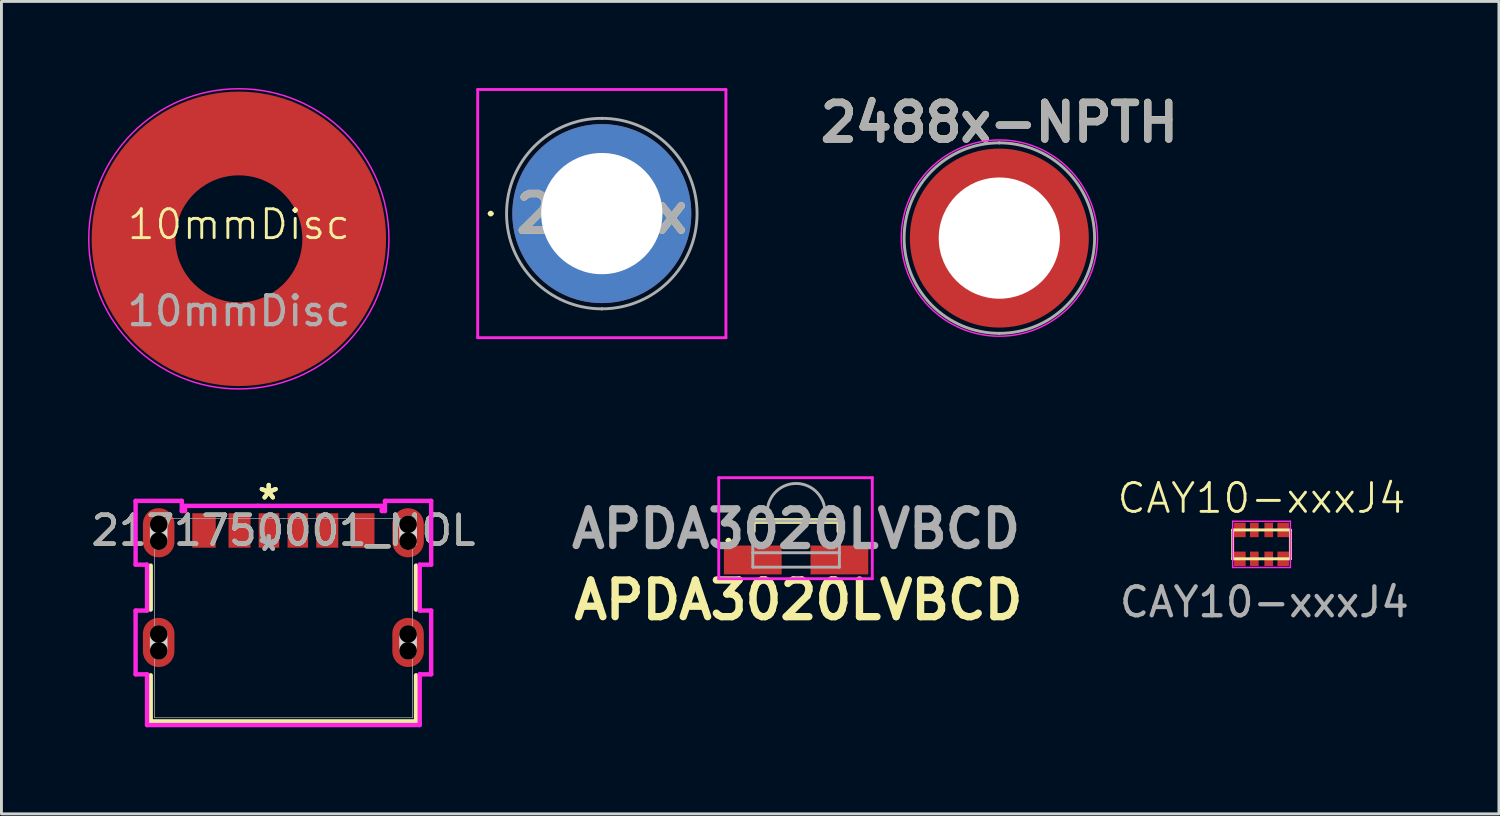
<source format=kicad_pcb>
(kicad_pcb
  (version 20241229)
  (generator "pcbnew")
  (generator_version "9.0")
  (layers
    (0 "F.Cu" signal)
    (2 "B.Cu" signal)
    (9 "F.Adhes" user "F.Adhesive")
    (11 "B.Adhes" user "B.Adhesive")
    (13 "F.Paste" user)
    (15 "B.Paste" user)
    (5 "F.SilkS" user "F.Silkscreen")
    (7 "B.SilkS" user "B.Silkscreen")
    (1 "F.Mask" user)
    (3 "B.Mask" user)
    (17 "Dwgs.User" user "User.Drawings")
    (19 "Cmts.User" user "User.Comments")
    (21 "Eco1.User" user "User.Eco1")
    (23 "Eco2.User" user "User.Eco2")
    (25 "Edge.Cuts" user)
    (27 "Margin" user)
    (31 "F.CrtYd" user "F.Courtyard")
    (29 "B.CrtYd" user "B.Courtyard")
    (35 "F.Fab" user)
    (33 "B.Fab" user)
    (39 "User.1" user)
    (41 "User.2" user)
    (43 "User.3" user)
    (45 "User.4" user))
  (footprint "APDA3020LVBCD"
    (layer "F.Cu")
    (at 24.531 15.15)
    (property "Reference" "APDA3020LVBCD" (at 0.08 2.59 0) (layer "F.SilkS") (effects (font (size 1.27 1.27) (thickness 0.254))))
    (attr smd)
    (fp_line (start -2.39 0.53) (end -2.39 0.53) (stroke (width 0.1) (type solid)) (layer "F.SilkS"))
    (fp_line (start -2.29 0.53) (end -2.29 0.53) (stroke (width 0.1) (type solid)) (layer "F.SilkS"))
    (fp_line (start -1.5 -0.15) (end 1.5 -0.15) (stroke (width 0.2) (type solid)) (layer "F.SilkS"))
    (fp_line (start -1.5 0.2) (end -1.5 -0.15) (stroke (width 0.2) (type solid)) (layer "F.SilkS"))
    (fp_line (start 1.5 -0.15) (end 1.5 0.2) (stroke (width 0.2) (type solid)) (layer "F.SilkS"))
    (fp_arc (start -2.39 0.53) (mid -2.34 0.48) (end -2.29 0.53) (stroke (width 0.1) (type solid)) (layer "F.SilkS"))
    (fp_arc (start -2.29 0.53) (mid -2.34 0.58) (end -2.39 0.53) (stroke (width 0.1) (type solid)) (layer "F.SilkS"))
    (fp_line (start -2.68 -1.65) (end 2.64 -1.65) (stroke (width 0.1) (type solid)) (layer "F.CrtYd"))
    (fp_line (start -2.68 1.85) (end -2.68 -1.65) (stroke (width 0.1) (type solid)) (layer "F.CrtYd"))
    (fp_line (start 2.64 -1.65) (end 2.64 1.85) (stroke (width 0.1) (type solid)) (layer "F.CrtYd"))
    (fp_line (start 2.64 1.85) (end -2.68 1.85) (stroke (width 0.1) (type solid)) (layer "F.CrtYd"))
    (fp_line (start -1.5 -0.15) (end 1.5 -0.15) (stroke (width 0.1) (type solid)) (layer "F.Fab"))
    (fp_line (start -1.5 0.95) (end -1.5 -0.15) (stroke (width 0.1) (type solid)) (layer "F.Fab"))
    (fp_line (start -1.5 0.95) (end 1.5 0.95) (stroke (width 0.1) (type solid)) (layer "F.Fab"))
    (fp_line (start -1.5 1.45) (end -1.5 0.95) (stroke (width 0.1) (type solid)) (layer "F.Fab"))
    (fp_line (start -1 -0.45) (end -1 -0.45) (stroke (width 0.1) (type solid)) (layer "F.Fab"))
    (fp_line (start -1 -0.15) (end -1 -0.45) (stroke (width 0.1) (type solid)) (layer "F.Fab"))
    (fp_line (start 1 -0.45) (end 1 -0.15) (stroke (width 0.1) (type solid)) (layer "F.Fab"))
    (fp_line (start 1.5 -0.15) (end 1.5 0.95) (stroke (width 0.1) (type solid)) (layer "F.Fab"))
    (fp_line (start 1.5 0.95) (end 1.5 1.45) (stroke (width 0.1) (type solid)) (layer "F.Fab"))
    (fp_line (start 1.5 1.45) (end -1.5 1.45) (stroke (width 0.1) (type solid)) (layer "F.Fab"))
    (fp_arc (start -1 -0.45) (mid 0 -1.45) (end 1 -0.45) (stroke (width 0.1) (type solid)) (layer "F.Fab"))
    (fp_text user "${REFERENCE}" (at 0 0.125 0) (layer "F.Fab") (effects (font (size 1.27 1.27) (thickness 0.254))))
    (pad "1" smd rect (at -1.5 1.2 90) (size 1 2) (layers "F.Cu" "F.Mask" "F.Paste"))
    (pad "2" smd rect (at 1.5 1.2 90) (size 1 2) (layers "F.Cu" "F.Mask" "F.Paste")))
  (footprint "10mmDisc"
    (layer "F.Cu")
    (at 5.225 5.225)
    (property "Reference" "10mmDisc" (at 0 -0.5 0) (unlocked yes) (layer "F.SilkS") (effects (font (size 1 1) (thickness 0.1))))
    (attr smd)
    (fp_circle (center 0 0) (end 3.65 0) (stroke (width 2.9) (type default)) (fill no) (layer "F.Cu"))
    (fp_circle (center 0 0) (end 3.65 0) (stroke (width 2.7) (type default)) (fill no) (layer "F.Paste"))
    (fp_circle (center 0 0) (end 5.2 0) (stroke (width 0.05) (type default)) (fill no) (layer "F.CrtYd"))
    (fp_text user "${REFERENCE}" (at 0 2.5 0) (unlocked yes) (layer "F.Fab") (effects (font (size 1 1) (thickness 0.15))))
    (pad "1" smd circle (at 0 4.75) (size 0.5 0.5) (layers "F.Cu" "F.Mask" "F.Paste")))
  (footprint "2171750001_MOL"
    (layer "F.Cu")
    (at 6.768 18.362)
    (property "Reference" "2171750001_MOL" (at 0 -3.034 0) (unlocked yes) (layer "F.SilkS") (effects (font (size 1 1) (thickness 0.15))))
    (attr smd)
    (fp_line (start -4.597 -1.816) (end -4.597 -0.293) (stroke (width 0.152) (type solid)) (layer "F.SilkS"))
    (fp_line (start -4.597 1.984) (end -4.597 3.581) (stroke (width 0.152) (type solid)) (layer "F.SilkS"))
    (fp_line (start -4.597 3.581) (end 4.597 3.581) (stroke (width 0.152) (type solid)) (layer "F.SilkS"))
    (fp_line (start 4.597 -0.293) (end 4.597 -1.816) (stroke (width 0.152) (type solid)) (layer "F.SilkS"))
    (fp_line (start 4.597 3.581) (end 4.597 1.984) (stroke (width 0.152) (type solid)) (layer "F.SilkS"))
    (fp_line (start -4.32 -2.662) (end -4.32 -3.247) (stroke (width 0.61) (type solid)) (layer "Edge.Cuts"))
    (fp_line (start -4.32 1.138) (end -4.32 0.553) (stroke (width 0.61) (type solid)) (layer "Edge.Cuts"))
    (fp_line (start 4.32 -2.662) (end 4.32 -3.247) (stroke (width 0.61) (type solid)) (layer "Edge.Cuts"))
    (fp_line (start 4.32 1.138) (end 4.32 0.553) (stroke (width 0.61) (type solid)) (layer "Edge.Cuts"))
    (fp_line (start -5.12 -4.059) (end -5.12 -1.849) (stroke (width 0.152) (type solid)) (layer "F.CrtYd"))
    (fp_line (start -5.12 -1.849) (end -4.724 -1.849) (stroke (width 0.152) (type solid)) (layer "F.CrtYd"))
    (fp_line (start -5.12 -0.259) (end -5.12 1.95) (stroke (width 0.152) (type solid)) (layer "F.CrtYd"))
    (fp_line (start -5.12 1.95) (end -4.724 1.95) (stroke (width 0.152) (type solid)) (layer "F.CrtYd"))
    (fp_line (start -4.724 -1.849) (end -4.724 -0.259) (stroke (width 0.152) (type solid)) (layer "F.CrtYd"))
    (fp_line (start -4.724 -0.259) (end -5.12 -0.259) (stroke (width 0.152) (type solid)) (layer "F.CrtYd"))
    (fp_line (start -4.724 1.95) (end -4.724 3.708) (stroke (width 0.152) (type solid)) (layer "F.CrtYd"))
    (fp_line (start -4.724 3.708) (end 4.724 3.708) (stroke (width 0.152) (type solid)) (layer "F.CrtYd"))
    (fp_line (start -3.52 -4.059) (end -5.12 -4.059) (stroke (width 0.152) (type solid)) (layer "F.CrtYd"))
    (fp_line (start -3.52 -3.708) (end -3.52 -4.059) (stroke (width 0.152) (type solid)) (layer "F.CrtYd"))
    (fp_line (start -3.41 -3.885) (end -3.41 -3.708) (stroke (width 0.152) (type solid)) (layer "F.CrtYd"))
    (fp_line (start -3.41 -3.708) (end -3.52 -3.708) (stroke (width 0.152) (type solid)) (layer "F.CrtYd"))
    (fp_line (start -0.885 -3.885) (end -0.885 -3.885) (stroke (width 0.152) (type solid)) (layer "F.CrtYd"))
    (fp_line (start -0.885 -3.885) (end -3.41 -3.885) (stroke (width 0.152) (type solid)) (layer "F.CrtYd"))
    (fp_line (start 3.41 -3.885) (end -0.885 -3.885) (stroke (width 0.152) (type solid)) (layer "F.CrtYd"))
    (fp_line (start 3.41 -3.708) (end 3.41 -3.885) (stroke (width 0.152) (type solid)) (layer "F.CrtYd"))
    (fp_line (start 3.52 -4.059) (end 3.52 -3.708) (stroke (width 0.152) (type solid)) (layer "F.CrtYd"))
    (fp_line (start 3.52 -3.708) (end 3.41 -3.708) (stroke (width 0.152) (type solid)) (layer "F.CrtYd"))
    (fp_line (start 4.724 -1.849) (end 5.12 -1.849) (stroke (width 0.152) (type solid)) (layer "F.CrtYd"))
    (fp_line (start 4.724 -0.259) (end 4.724 -1.849) (stroke (width 0.152) (type solid)) (layer "F.CrtYd"))
    (fp_line (start 4.724 1.95) (end 5.12 1.95) (stroke (width 0.152) (type solid)) (layer "F.CrtYd"))
    (fp_line (start 4.724 3.708) (end 4.724 1.95) (stroke (width 0.152) (type solid)) (layer "F.CrtYd"))
    (fp_line (start 5.12 -4.059) (end 3.52 -4.059) (stroke (width 0.152) (type solid)) (layer "F.CrtYd"))
    (fp_line (start 5.12 -1.849) (end 5.12 -4.059) (stroke (width 0.152) (type solid)) (layer "F.CrtYd"))
    (fp_line (start 5.12 -0.259) (end 4.724 -0.259) (stroke (width 0.152) (type solid)) (layer "F.CrtYd"))
    (fp_line (start 5.12 1.95) (end 5.12 -0.259) (stroke (width 0.152) (type solid)) (layer "F.CrtYd"))
    (fp_line (start -4.47 -3.454) (end -4.47 3.454) (stroke (width 0.025) (type solid)) (layer "F.Fab"))
    (fp_line (start -4.47 3.454) (end 4.47 3.454) (stroke (width 0.025) (type solid)) (layer "F.Fab"))
    (fp_line (start 0 -3.454) (end 0 -3.454) (stroke (width 0.025) (type solid)) (layer "F.Fab"))
    (fp_line (start 0 -3.454) (end 0 -3.454) (stroke (width 0.025) (type solid)) (layer "F.Fab"))
    (fp_line (start 0 -3.454) (end 0 -3.454) (stroke (width 0.025) (type solid)) (layer "F.Fab"))
    (fp_line (start 0 -3.454) (end 0 -3.454) (stroke (width 0.025) (type solid)) (layer "F.Fab"))
    (fp_line (start 4.47 -3.454) (end -4.47 -3.454) (stroke (width 0.025) (type solid)) (layer "F.Fab"))
    (fp_line (start 4.47 3.454) (end 4.47 -3.454) (stroke (width 0.025) (type solid)) (layer "F.Fab"))
    (fp_text user "*" (at -0.508 -4.064 0) (layer "F.SilkS") (effects (font (size 1 1) (thickness 0.15))))
    (fp_text user "*" (at -0.508 -4.064 0) (unlocked yes) (layer "F.SilkS") (effects (font (size 1 1) (thickness 0.15))))
    (fp_text user "*" (at -0.508 -2.286 0) (layer "F.Fab") (effects (font (size 1 1) (thickness 0.15))))
    (fp_text user "${REFERENCE}" (at 0 -3.034 0) (unlocked yes) (layer "F.Fab") (effects (font (size 1 1) (thickness 0.15))))
    (fp_text user "*" (at -0.508 -2.286 0) (unlocked yes) (layer "F.Fab") (effects (font (size 1 1) (thickness 0.15))))
    (pad "" np_thru_hole circle (at -4.32 -3.247) (size 0.61 0.61) (drill 0.61) (layers))
    (pad "" np_thru_hole circle (at -4.32 -2.662) (size 0.61 0.61) (drill 0.61) (layers))
    (pad "" np_thru_hole circle (at -4.32 0.553) (size 0.61 0.61) (drill 0.61) (layers))
    (pad "" np_thru_hole circle (at -4.32 1.138) (size 0.61 0.61) (drill 0.61) (layers))
    (pad "" np_thru_hole circle (at 4.32 -3.247) (size 0.61 0.61) (drill 0.61) (layers))
    (pad "" np_thru_hole circle (at 4.32 -2.662) (size 0.61 0.61) (drill 0.61) (layers))
    (pad "" np_thru_hole circle (at 4.32 0.553) (size 0.61 0.61) (drill 0.61) (layers))
    (pad "" np_thru_hole circle (at 4.32 1.138) (size 0.61 0.61) (drill 0.61) (layers))
    (pad "7" smd oval (at -4.32 -2.954) (size 1.092 1.702) (layers "F.Cu" "F.Mask" "F.Paste"))
    (pad "8" smd oval (at 4.32 -2.954) (size 1.092 1.702) (layers "F.Cu" "F.Mask" "F.Paste"))
    (pad "9" smd oval (at -4.32 0.846) (size 1.092 1.702) (layers "F.Cu" "F.Mask" "F.Paste"))
    (pad "10" smd oval (at 4.32 0.846) (size 1.092 1.702) (layers "F.Cu" "F.Mask" "F.Paste"))
    (pad "A5" smd rect (at -0.5 -3.034) (size 0.711 1.194) (layers "F.Cu" "F.Mask" "F.Paste"))
    (pad "A9" smd rect (at 1.52 -3.034) (size 0.762 1.194) (layers "F.Cu" "F.Mask" "F.Paste"))
    (pad "A12" smd rect (at 2.75 -3.034) (size 0.813 1.194) (layers "F.Cu" "F.Mask" "F.Paste"))
    (pad "B5" smd rect (at 0.5 -3.034) (size 0.711 1.194) (layers "F.Cu" "F.Mask" "F.Paste"))
    (pad "B9" smd rect (at -1.52 -3.034) (size 0.762 1.194) (layers "F.Cu" "F.Mask" "F.Paste"))
    (pad "B12" smd rect (at -2.75 -3.034) (size 0.813 1.194) (layers "F.Cu" "F.Mask" "F.Paste")))
  (footprint "CAY10-xxxJ4"
    (layer "F.Cu")
    (at 40.656 15.81)
    (property "Reference" "CAY10-xxxJ4" (at 0 -1.6 0) (unlocked yes) (layer "F.SilkS") (effects (font (size 1 1) (thickness 0.1))))
    (attr smd)
    (fp_line (start -1 -0.5) (end 1 -0.5) (stroke (width 0.1) (type default)) (layer "F.SilkS"))
    (fp_line (start -1 0.5) (end -1 -0.5) (stroke (width 0.1) (type default)) (layer "F.SilkS"))
    (fp_line (start 1 -0.5) (end 1 0.5) (stroke (width 0.1) (type default)) (layer "F.SilkS"))
    (fp_line (start 1 0.5) (end -1 0.5) (stroke (width 0.1) (type default)) (layer "F.SilkS"))
    (fp_line (start -1 -0.8) (end 1 -0.8) (stroke (width 0.05) (type default)) (layer "F.CrtYd"))
    (fp_line (start -1 0.8) (end -1 -0.8) (stroke (width 0.05) (type default)) (layer "F.CrtYd"))
    (fp_line (start 1 -0.8) (end 1 0.8) (stroke (width 0.05) (type default)) (layer "F.CrtYd"))
    (fp_line (start 1 0.8) (end -1 0.8) (stroke (width 0.05) (type default)) (layer "F.CrtYd"))
    (fp_text user "${REFERENCE}" (at 0.1 2 0) (unlocked yes) (layer "F.Fab") (effects (font (size 1 1) (thickness 0.15))))
    (pad "1" smd rect (at -0.75 0.5 90) (size 0.5 0.4) (layers "F.Cu" "F.Mask" "F.Paste"))
    (pad "2" smd rect (at -0.25 0.5 90) (size 0.5 0.3) (layers "F.Cu" "F.Mask" "F.Paste"))
    (pad "3" smd rect (at 0.25 0.5 90) (size 0.5 0.3) (layers "F.Cu" "F.Mask" "F.Paste"))
    (pad "4" smd rect (at 0.75 0.5 90) (size 0.5 0.4) (layers "F.Cu" "F.Mask" "F.Paste"))
    (pad "5" smd rect (at 0.75 -0.5 90) (size 0.5 0.4) (layers "F.Cu" "F.Mask" "F.Paste"))
    (pad "6" smd rect (at 0.25 -0.5 90) (size 0.5 0.3) (layers "F.Cu" "F.Mask" "F.Paste"))
    (pad "7" smd rect (at -0.25 -0.5 90) (size 0.5 0.3) (layers "F.Cu" "F.Mask" "F.Paste"))
    (pad "8" smd rect (at -0.75 -0.5 90) (size 0.5 0.4) (layers "F.Cu" "F.Mask" "F.Paste")))
  (footprint "2488x-NPTH"
    (layer "F.Cu")
    (at 31.573 5.199)
    (property "Reference" "2488x-NPTH" (at 0 -4.01 0) (layer "F.SilkS") (effects (font (size 1.27 1.27) (thickness 0.254))))
    (attr through_hole)
    (fp_circle (center 0 0) (end 3.4 0) (stroke (width 0.05) (type default)) (fill no) (layer "F.CrtYd"))
    (fp_line (start 0 -3.3) (end 0 -3.3) (stroke (width 0.1) (type solid)) (layer "F.Fab"))
    (fp_line (start 0 3.3) (end 0 3.3) (stroke (width 0.1) (type solid)) (layer "F.Fab"))
    (fp_arc (start 0 -3.3) (mid 3.3 0) (end 0 3.3) (stroke (width 0.1) (type solid)) (layer "F.Fab"))
    (fp_arc (start 0 3.3) (mid -3.3 0) (end 0 -3.3) (stroke (width 0.1) (type solid)) (layer "F.Fab"))
    (fp_text user "${REFERENCE}" (at 0 -4 0) (layer "F.Fab") (effects (font (size 1.27 1.27) (thickness 0.254))))
    (pad "" np_thru_hole circle (at 0 0) (size 6.2 6.2) (drill 4.2) (layers "F.Cu" "F.Mask" "F.Paste"))
    (pad "1" smd circle (at 0 2.6) (size 0.5 0.5) (layers "F.Cu" "F.Mask" "F.Paste")))
  (footprint "2488x"
    (layer "F.Cu")
    (at 17.8 4.35)
    (property "Reference" "2488x" (at 0 0 0) (layer "F.SilkS") (effects (font (size 1.27 1.27) (thickness 0.254))))
    (attr through_hole)
    (fp_line (start -3.9 0) (end -3.9 0) (stroke (width 0.1) (type solid)) (layer "F.SilkS"))
    (fp_line (start -3.8 0) (end -3.8 0) (stroke (width 0.1) (type solid)) (layer "F.SilkS"))
    (fp_arc (start -3.9 0) (mid -3.85 -0.05) (end -3.8 0) (stroke (width 0.1) (type solid)) (layer "F.SilkS"))
    (fp_arc (start -3.8 0) (mid -3.85 0.05) (end -3.9 0) (stroke (width 0.1) (type solid)) (layer "F.SilkS"))
    (fp_line (start -4.3 -4.3) (end 4.3 -4.3) (stroke (width 0.1) (type solid)) (layer "F.CrtYd"))
    (fp_line (start -4.3 4.3) (end -4.3 -4.3) (stroke (width 0.1) (type solid)) (layer "F.CrtYd"))
    (fp_line (start 4.3 -4.3) (end 4.3 4.3) (stroke (width 0.1) (type solid)) (layer "F.CrtYd"))
    (fp_line (start 4.3 4.3) (end -4.3 4.3) (stroke (width 0.1) (type solid)) (layer "F.CrtYd"))
    (fp_line (start 0 -3.3) (end 0 -3.3) (stroke (width 0.1) (type solid)) (layer "F.Fab"))
    (fp_line (start 0 3.3) (end 0 3.3) (stroke (width 0.1) (type solid)) (layer "F.Fab"))
    (fp_arc (start 0 -3.3) (mid 3.3 0) (end 0 3.3) (stroke (width 0.1) (type solid)) (layer "F.Fab"))
    (fp_arc (start 0 3.3) (mid -3.3 0) (end 0 -3.3) (stroke (width 0.1) (type solid)) (layer "F.Fab"))
    (fp_text user "${REFERENCE}" (at 0 0 0) (layer "F.Fab") (effects (font (size 1.27 1.27) (thickness 0.254))))
    (pad "1" thru_hole circle (at 0 0) (size 6.2 6.2) (drill 4.2) (layers "*.Cu" "*.Mask")))
  (gr_rect
    (start -3 -3)
    (end 48.881 25.147)
    (stroke (width 0.1) (type default))
    (fill no)
    (layer "Edge.Cuts")))
</source>
